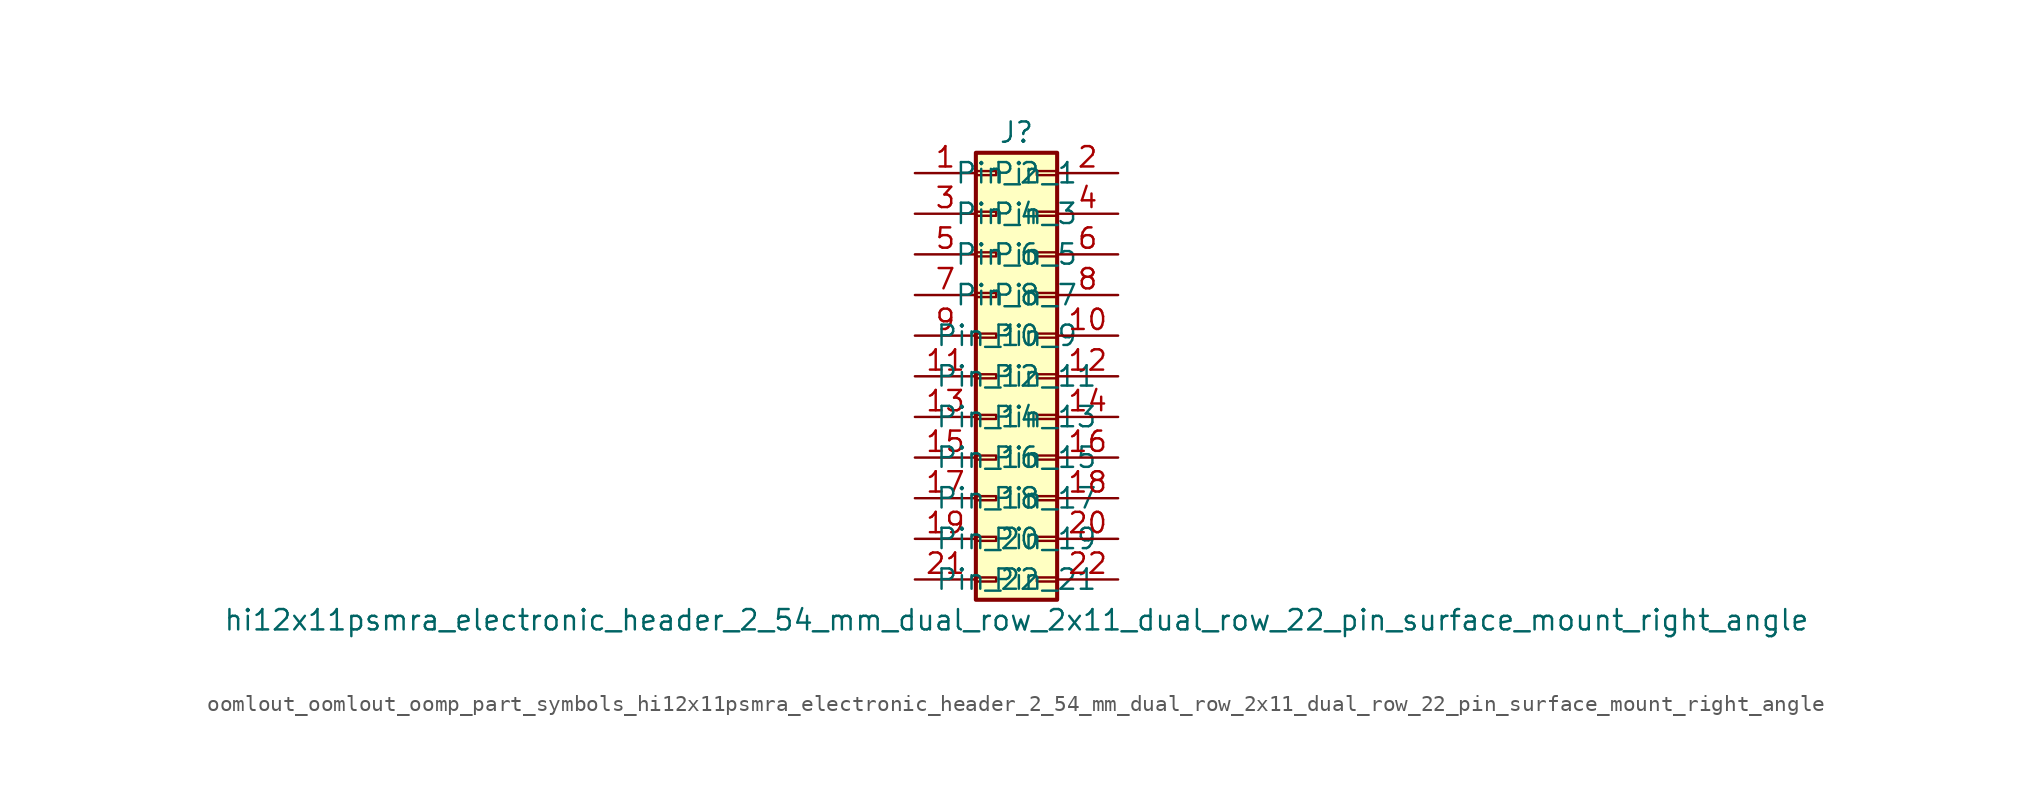
<source format=kicad_sym>
(kicad_symbol_lib
  (version 20220914)
  (generator kicad_symbol_editor)
  (symbol "oomlout_oomlout_oomp_part_symbols_hi12x11psmra_electronic_header_2_54_mm_dual_row_2x11_dual_row_22_pin_surface_mount_right_angle"
    (pin_names
      (offset 1.016))
    (property "Reference" "J"
      (at 1.27 15.24 0)
      (effects (font (size 1.27 1.27))))
    (property "Value" "hi12x11psmra_electronic_header_2_54_mm_dual_row_2x11_dual_row_22_pin_surface_mount_right_angle"
      (at 1.27 -15.24 0)
      (effects (font (size 1.27 1.27))))
    (symbol "oomlout_oomlout_oomp_part_symbols_hi12x11psmra_electronic_header_2_54_mm_dual_row_2x11_dual_row_22_pin_surface_mount_right_angle_1_1"
      (rectangle (start -1.27 -12.573) (end 0 -12.827) (stroke (width 0.152) (type default)) (fill (type none)))
      (rectangle (start -1.27 -10.033) (end 0 -10.287) (stroke (width 0.152) (type default)) (fill (type none)))
      (rectangle (start -1.27 -7.493) (end 0 -7.747) (stroke (width 0.152) (type default)) (fill (type none)))
      (rectangle (start -1.27 -4.953) (end 0 -5.207) (stroke (width 0.152) (type default)) (fill (type none)))
      (rectangle (start -1.27 -2.413) (end 0 -2.667) (stroke (width 0.152) (type default)) (fill (type none)))
      (rectangle (start -1.27 0.127) (end 0 -0.127) (stroke (width 0.152) (type default)) (fill (type none)))
      (rectangle (start -1.27 2.667) (end 0 2.413) (stroke (width 0.152) (type default)) (fill (type none)))
      (rectangle (start -1.27 5.207) (end 0 4.953) (stroke (width 0.152) (type default)) (fill (type none)))
      (rectangle (start -1.27 7.747) (end 0 7.493) (stroke (width 0.152) (type default)) (fill (type none)))
      (rectangle (start -1.27 10.287) (end 0 10.033) (stroke (width 0.152) (type default)) (fill (type none)))
      (rectangle (start -1.27 12.827) (end 0 12.573) (stroke (width 0.152) (type default)) (fill (type none)))
      (rectangle (start -1.27 13.97) (end 3.81 -13.97) (stroke (width 0.254) (type default)) (fill (type background)))
      (rectangle (start 3.81 -12.573) (end 2.54 -12.827) (stroke (width 0.152) (type default)) (fill (type none)))
      (rectangle (start 3.81 -10.033) (end 2.54 -10.287) (stroke (width 0.152) (type default)) (fill (type none)))
      (rectangle (start 3.81 -7.493) (end 2.54 -7.747) (stroke (width 0.152) (type default)) (fill (type none)))
      (rectangle (start 3.81 -4.953) (end 2.54 -5.207) (stroke (width 0.152) (type default)) (fill (type none)))
      (rectangle (start 3.81 -2.413) (end 2.54 -2.667) (stroke (width 0.152) (type default)) (fill (type none)))
      (rectangle (start 3.81 0.127) (end 2.54 -0.127) (stroke (width 0.152) (type default)) (fill (type none)))
      (rectangle (start 3.81 2.667) (end 2.54 2.413) (stroke (width 0.152) (type default)) (fill (type none)))
      (rectangle (start 3.81 5.207) (end 2.54 4.953) (stroke (width 0.152) (type default)) (fill (type none)))
      (rectangle (start 3.81 7.747) (end 2.54 7.493) (stroke (width 0.152) (type default)) (fill (type none)))
      (rectangle (start 3.81 10.287) (end 2.54 10.033) (stroke (width 0.152) (type default)) (fill (type none)))
      (rectangle (start 3.81 12.827) (end 2.54 12.573) (stroke (width 0.152) (type default)) (fill (type none)))
      (pin passive line (at -5.08 12.7 0) (length 3.81) (name "Pin_1" (effects (font (size 1.27 1.27)))) (number "1" (effects (font (size 1.27 1.27)))))
      (pin passive line (at 7.62 2.54 180) (length 3.81) (name "Pin_10" (effects (font (size 1.27 1.27)))) (number "10" (effects (font (size 1.27 1.27)))))
      (pin passive line (at -5.08 0 0) (length 3.81) (name "Pin_11" (effects (font (size 1.27 1.27)))) (number "11" (effects (font (size 1.27 1.27)))))
      (pin passive line (at 7.62 0 180) (length 3.81) (name "Pin_12" (effects (font (size 1.27 1.27)))) (number "12" (effects (font (size 1.27 1.27)))))
      (pin passive line (at -5.08 -2.54 0) (length 3.81) (name "Pin_13" (effects (font (size 1.27 1.27)))) (number "13" (effects (font (size 1.27 1.27)))))
      (pin passive line (at 7.62 -2.54 180) (length 3.81) (name "Pin_14" (effects (font (size 1.27 1.27)))) (number "14" (effects (font (size 1.27 1.27)))))
      (pin passive line (at -5.08 -5.08 0) (length 3.81) (name "Pin_15" (effects (font (size 1.27 1.27)))) (number "15" (effects (font (size 1.27 1.27)))))
      (pin passive line (at 7.62 -5.08 180) (length 3.81) (name "Pin_16" (effects (font (size 1.27 1.27)))) (number "16" (effects (font (size 1.27 1.27)))))
      (pin passive line (at -5.08 -7.62 0) (length 3.81) (name "Pin_17" (effects (font (size 1.27 1.27)))) (number "17" (effects (font (size 1.27 1.27)))))
      (pin passive line (at 7.62 -7.62 180) (length 3.81) (name "Pin_18" (effects (font (size 1.27 1.27)))) (number "18" (effects (font (size 1.27 1.27)))))
      (pin passive line (at -5.08 -10.16 0) (length 3.81) (name "Pin_19" (effects (font (size 1.27 1.27)))) (number "19" (effects (font (size 1.27 1.27)))))
      (pin passive line (at 7.62 12.7 180) (length 3.81) (name "Pin_2" (effects (font (size 1.27 1.27)))) (number "2" (effects (font (size 1.27 1.27)))))
      (pin passive line (at 7.62 -10.16 180) (length 3.81) (name "Pin_20" (effects (font (size 1.27 1.27)))) (number "20" (effects (font (size 1.27 1.27)))))
      (pin passive line (at -5.08 -12.7 0) (length 3.81) (name "Pin_21" (effects (font (size 1.27 1.27)))) (number "21" (effects (font (size 1.27 1.27)))))
      (pin passive line (at 7.62 -12.7 180) (length 3.81) (name "Pin_22" (effects (font (size 1.27 1.27)))) (number "22" (effects (font (size 1.27 1.27)))))
      (pin passive line (at -5.08 10.16 0) (length 3.81) (name "Pin_3" (effects (font (size 1.27 1.27)))) (number "3" (effects (font (size 1.27 1.27)))))
      (pin passive line (at 7.62 10.16 180) (length 3.81) (name "Pin_4" (effects (font (size 1.27 1.27)))) (number "4" (effects (font (size 1.27 1.27)))))
      (pin passive line (at -5.08 7.62 0) (length 3.81) (name "Pin_5" (effects (font (size 1.27 1.27)))) (number "5" (effects (font (size 1.27 1.27)))))
      (pin passive line (at 7.62 7.62 180) (length 3.81) (name "Pin_6" (effects (font (size 1.27 1.27)))) (number "6" (effects (font (size 1.27 1.27)))))
      (pin passive line (at -5.08 5.08 0) (length 3.81) (name "Pin_7" (effects (font (size 1.27 1.27)))) (number "7" (effects (font (size 1.27 1.27)))))
      (pin passive line (at 7.62 5.08 180) (length 3.81) (name "Pin_8" (effects (font (size 1.27 1.27)))) (number "8" (effects (font (size 1.27 1.27)))))
      (pin passive line (at -5.08 2.54 0) (length 3.81) (name "Pin_9" (effects (font (size 1.27 1.27)))) (number "9" (effects (font (size 1.27 1.27))))))))
</source>
